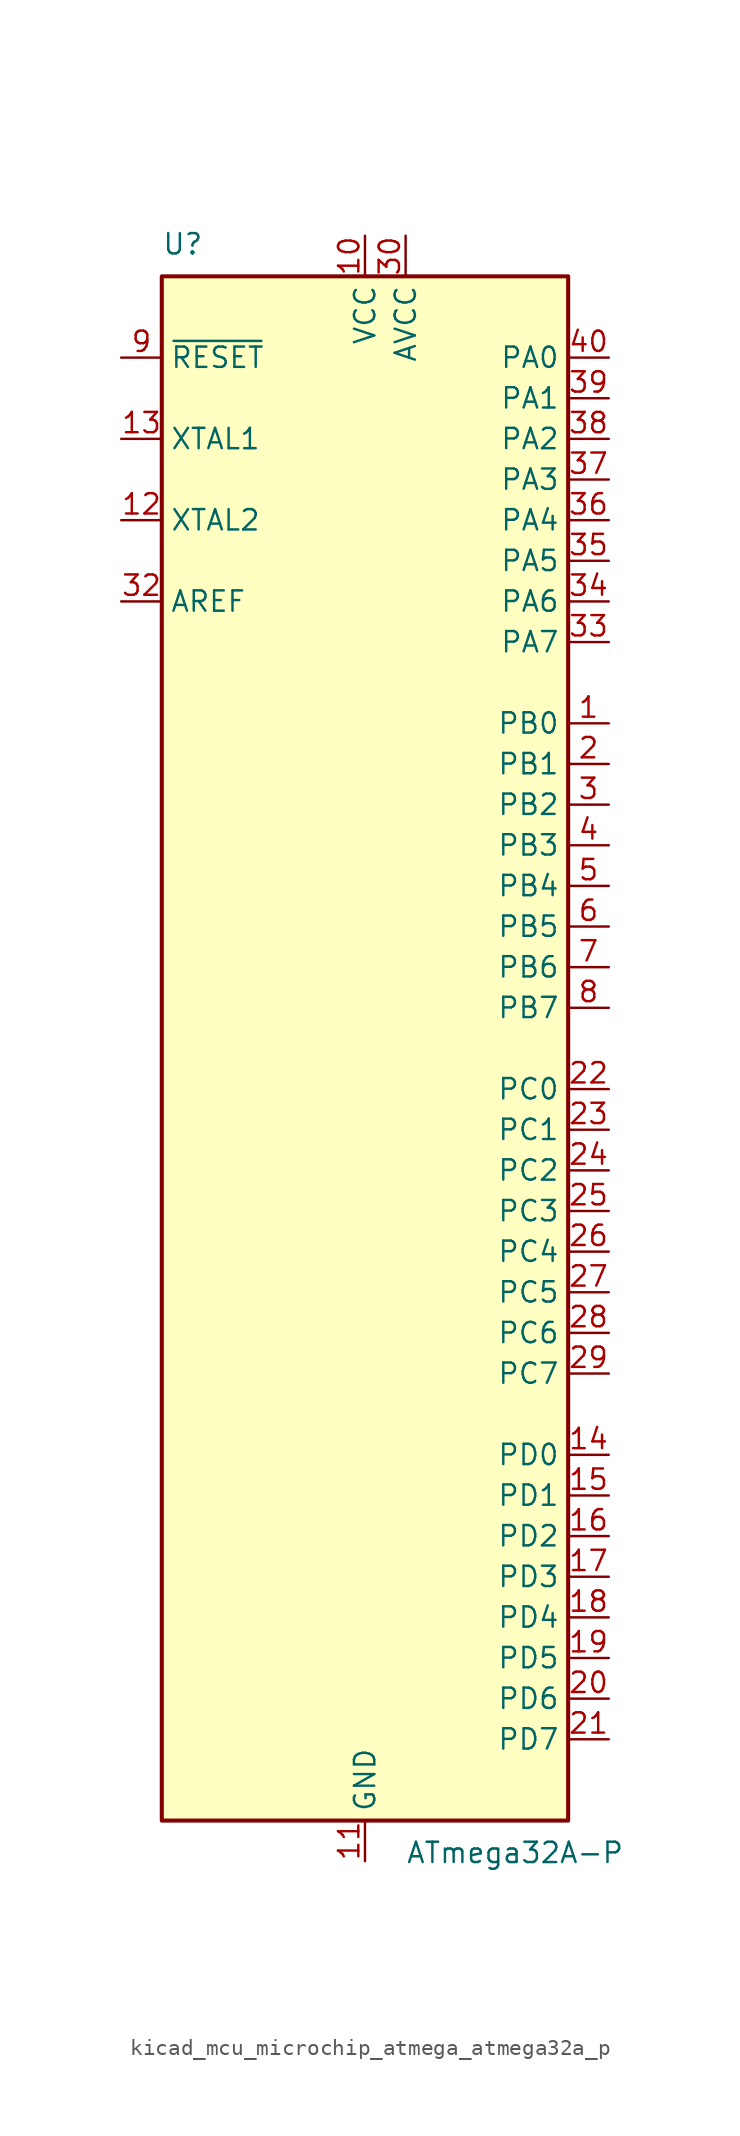
<source format=kicad_sym>
(kicad_symbol_lib
  (version 20220914)
  (generator kicad_symbol_editor)
  (symbol "kicad_mcu_microchip_atmega_atmega32a_p"
    (property "Reference" "U"
      (at -12.7 49.53 0)
      (effects (font (size 1.27 1.27)) (justify left bottom)))
    (property "Value" "ATmega32A-P"
      (at 2.54 -49.53 0)
      (effects (font (size 1.27 1.27)) (justify left top)))
    (symbol "kicad_mcu_microchip_atmega_atmega32a_p_0_1"
      (rectangle (start -12.7 -48.26) (end 12.7 48.26) (stroke (width 0.254) (type default)) (fill (type background))))
    (symbol "kicad_mcu_microchip_atmega_atmega32a_p_1_1"
      (pin bidirectional line (at 15.24 20.32 180) (length 2.54) (name "PB0" (effects (font (size 1.27 1.27)))) (number "1" (effects (font (size 1.27 1.27)))))
      (pin power_in line (at 0 50.8 270) (length 2.54) (name "VCC" (effects (font (size 1.27 1.27)))) (number "10" (effects (font (size 1.27 1.27)))))
      (pin power_in line (at 0 -50.8 90) (length 2.54) (name "GND" (effects (font (size 1.27 1.27)))) (number "11" (effects (font (size 1.27 1.27)))))
      (pin output line (at -15.24 33.02 0) (length 2.54) (name "XTAL2" (effects (font (size 1.27 1.27)))) (number "12" (effects (font (size 1.27 1.27)))))
      (pin input line (at -15.24 38.1 0) (length 2.54) (name "XTAL1" (effects (font (size 1.27 1.27)))) (number "13" (effects (font (size 1.27 1.27)))))
      (pin bidirectional line (at 15.24 -25.4 180) (length 2.54) (name "PD0" (effects (font (size 1.27 1.27)))) (number "14" (effects (font (size 1.27 1.27)))))
      (pin bidirectional line (at 15.24 -27.94 180) (length 2.54) (name "PD1" (effects (font (size 1.27 1.27)))) (number "15" (effects (font (size 1.27 1.27)))))
      (pin bidirectional line (at 15.24 -30.48 180) (length 2.54) (name "PD2" (effects (font (size 1.27 1.27)))) (number "16" (effects (font (size 1.27 1.27)))))
      (pin bidirectional line (at 15.24 -33.02 180) (length 2.54) (name "PD3" (effects (font (size 1.27 1.27)))) (number "17" (effects (font (size 1.27 1.27)))))
      (pin bidirectional line (at 15.24 -35.56 180) (length 2.54) (name "PD4" (effects (font (size 1.27 1.27)))) (number "18" (effects (font (size 1.27 1.27)))))
      (pin bidirectional line (at 15.24 -38.1 180) (length 2.54) (name "PD5" (effects (font (size 1.27 1.27)))) (number "19" (effects (font (size 1.27 1.27)))))
      (pin bidirectional line (at 15.24 17.78 180) (length 2.54) (name "PB1" (effects (font (size 1.27 1.27)))) (number "2" (effects (font (size 1.27 1.27)))))
      (pin bidirectional line (at 15.24 -40.64 180) (length 2.54) (name "PD6" (effects (font (size 1.27 1.27)))) (number "20" (effects (font (size 1.27 1.27)))))
      (pin bidirectional line (at 15.24 -43.18 180) (length 2.54) (name "PD7" (effects (font (size 1.27 1.27)))) (number "21" (effects (font (size 1.27 1.27)))))
      (pin bidirectional line (at 15.24 -2.54 180) (length 2.54) (name "PC0" (effects (font (size 1.27 1.27)))) (number "22" (effects (font (size 1.27 1.27)))))
      (pin bidirectional line (at 15.24 -5.08 180) (length 2.54) (name "PC1" (effects (font (size 1.27 1.27)))) (number "23" (effects (font (size 1.27 1.27)))))
      (pin bidirectional line (at 15.24 -7.62 180) (length 2.54) (name "PC2" (effects (font (size 1.27 1.27)))) (number "24" (effects (font (size 1.27 1.27)))))
      (pin bidirectional line (at 15.24 -10.16 180) (length 2.54) (name "PC3" (effects (font (size 1.27 1.27)))) (number "25" (effects (font (size 1.27 1.27)))))
      (pin bidirectional line (at 15.24 -12.7 180) (length 2.54) (name "PC4" (effects (font (size 1.27 1.27)))) (number "26" (effects (font (size 1.27 1.27)))))
      (pin bidirectional line (at 15.24 -15.24 180) (length 2.54) (name "PC5" (effects (font (size 1.27 1.27)))) (number "27" (effects (font (size 1.27 1.27)))))
      (pin bidirectional line (at 15.24 -17.78 180) (length 2.54) (name "PC6" (effects (font (size 1.27 1.27)))) (number "28" (effects (font (size 1.27 1.27)))))
      (pin bidirectional line (at 15.24 -20.32 180) (length 2.54) (name "PC7" (effects (font (size 1.27 1.27)))) (number "29" (effects (font (size 1.27 1.27)))))
      (pin bidirectional line (at 15.24 15.24 180) (length 2.54) (name "PB2" (effects (font (size 1.27 1.27)))) (number "3" (effects (font (size 1.27 1.27)))))
      (pin power_in line (at 2.54 50.8 270) (length 2.54) (name "AVCC" (effects (font (size 1.27 1.27)))) (number "30" (effects (font (size 1.27 1.27)))))
      (pin passive line (at 0 -50.8 90) (length 2.54) hide (name "GND" (effects (font (size 1.27 1.27)))) (number "31" (effects (font (size 1.27 1.27)))))
      (pin passive line (at -15.24 27.94 0) (length 2.54) (name "AREF" (effects (font (size 1.27 1.27)))) (number "32" (effects (font (size 1.27 1.27)))))
      (pin bidirectional line (at 15.24 25.4 180) (length 2.54) (name "PA7" (effects (font (size 1.27 1.27)))) (number "33" (effects (font (size 1.27 1.27)))))
      (pin bidirectional line (at 15.24 27.94 180) (length 2.54) (name "PA6" (effects (font (size 1.27 1.27)))) (number "34" (effects (font (size 1.27 1.27)))))
      (pin bidirectional line (at 15.24 30.48 180) (length 2.54) (name "PA5" (effects (font (size 1.27 1.27)))) (number "35" (effects (font (size 1.27 1.27)))))
      (pin bidirectional line (at 15.24 33.02 180) (length 2.54) (name "PA4" (effects (font (size 1.27 1.27)))) (number "36" (effects (font (size 1.27 1.27)))))
      (pin bidirectional line (at 15.24 35.56 180) (length 2.54) (name "PA3" (effects (font (size 1.27 1.27)))) (number "37" (effects (font (size 1.27 1.27)))))
      (pin bidirectional line (at 15.24 38.1 180) (length 2.54) (name "PA2" (effects (font (size 1.27 1.27)))) (number "38" (effects (font (size 1.27 1.27)))))
      (pin bidirectional line (at 15.24 40.64 180) (length 2.54) (name "PA1" (effects (font (size 1.27 1.27)))) (number "39" (effects (font (size 1.27 1.27)))))
      (pin bidirectional line (at 15.24 12.7 180) (length 2.54) (name "PB3" (effects (font (size 1.27 1.27)))) (number "4" (effects (font (size 1.27 1.27)))))
      (pin bidirectional line (at 15.24 43.18 180) (length 2.54) (name "PA0" (effects (font (size 1.27 1.27)))) (number "40" (effects (font (size 1.27 1.27)))))
      (pin bidirectional line (at 15.24 10.16 180) (length 2.54) (name "PB4" (effects (font (size 1.27 1.27)))) (number "5" (effects (font (size 1.27 1.27)))))
      (pin bidirectional line (at 15.24 7.62 180) (length 2.54) (name "PB5" (effects (font (size 1.27 1.27)))) (number "6" (effects (font (size 1.27 1.27)))))
      (pin bidirectional line (at 15.24 5.08 180) (length 2.54) (name "PB6" (effects (font (size 1.27 1.27)))) (number "7" (effects (font (size 1.27 1.27)))))
      (pin bidirectional line (at 15.24 2.54 180) (length 2.54) (name "PB7" (effects (font (size 1.27 1.27)))) (number "8" (effects (font (size 1.27 1.27)))))
      (pin input line (at -15.24 43.18 0) (length 2.54) (name "~{RESET}" (effects (font (size 1.27 1.27)))) (number "9" (effects (font (size 1.27 1.27))))))))
</source>
